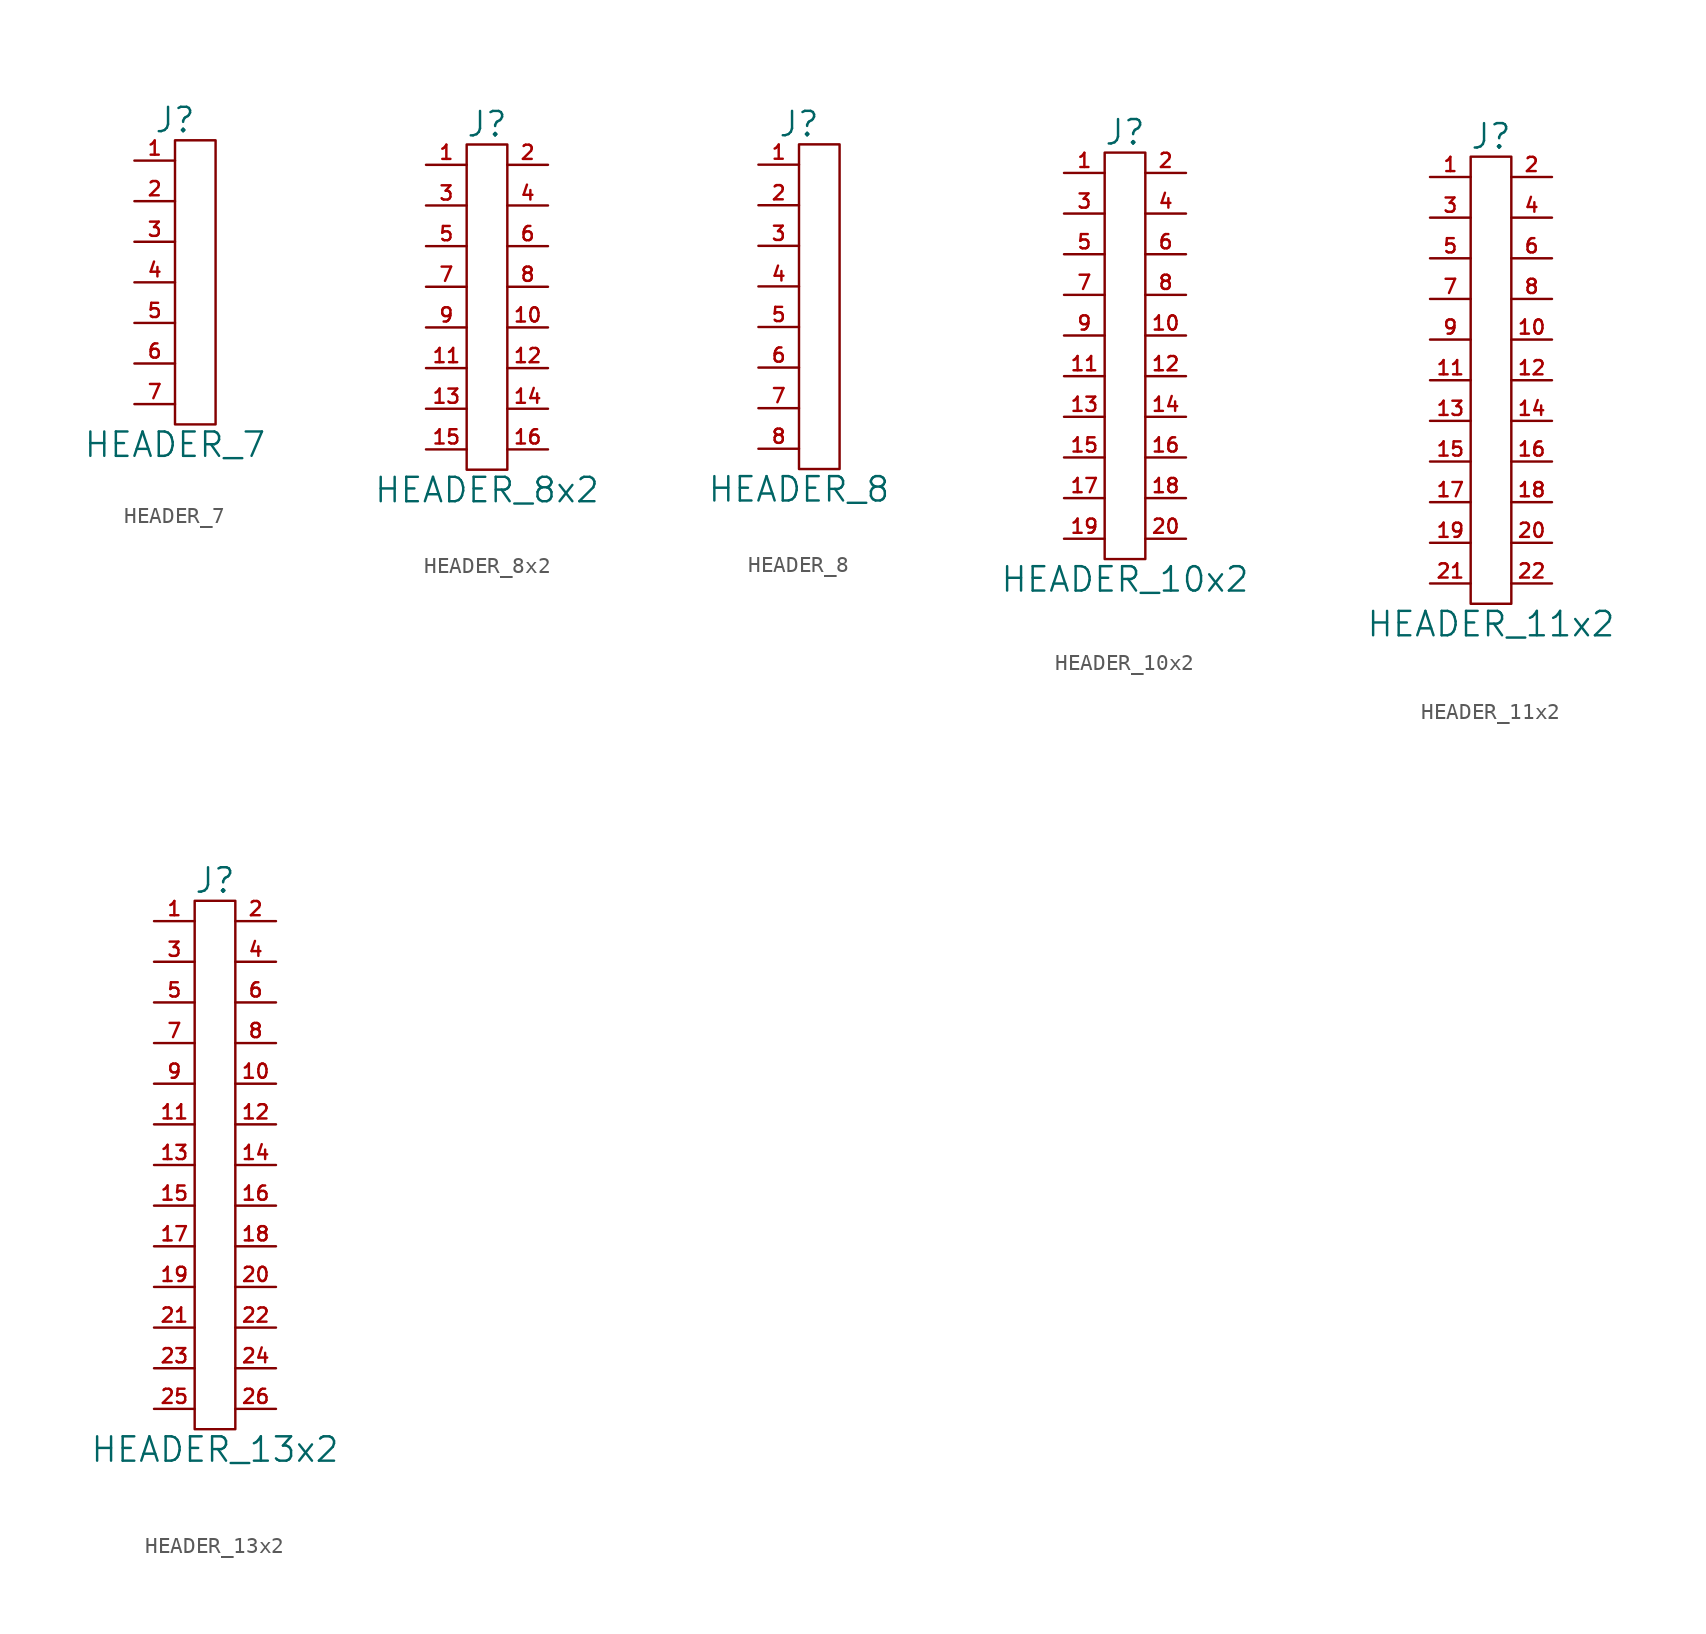
<source format=kicad_sym>
(kicad_symbol_lib
  (version 20220914)
  (generator kicad_symbol_editor)
  (symbol "HEADER_7"
    (pin_names
      (offset 0))
    (property "Reference" "J"
      (at 0 10.16 0)
      (effects (font (size 1.524 1.524))))
    (property "Value" "HEADER_7"
      (at 0 -10.16 0)
      (effects (font (size 1.524 1.524))))
    (property "Footprint" ""
      (at 0 0 0)
      (effects (font (size 1.524 1.524))))
    (property "Datasheet" ""
      (at 0 0 0)
      (effects (font (size 1.524 1.524))))
    (symbol "HEADER_7_0_1"
      (rectangle (start 2.54 8.89) (end 0 -8.89) (stroke (width 0) (type solid)) (fill (type none))))
    (symbol "HEADER_7_1_1"
      (pin passive line (at -2.54 7.62 0) (length 2.54) (name "~" (effects (font (size 1.27 1.27)))) (number "1" (effects (font (size 0.889 0.889)))))
      (pin passive line (at -2.54 5.08 0) (length 2.54) (name "~" (effects (font (size 1.27 1.27)))) (number "2" (effects (font (size 0.889 0.889)))))
      (pin passive line (at -2.54 2.54 0) (length 2.54) (name "~" (effects (font (size 1.27 1.27)))) (number "3" (effects (font (size 0.889 0.889)))))
      (pin passive line (at -2.54 0 0) (length 2.54) (name "~" (effects (font (size 1.27 1.27)))) (number "4" (effects (font (size 0.889 0.889)))))
      (pin passive line (at -2.54 -2.54 0) (length 2.54) (name "~" (effects (font (size 1.27 1.27)))) (number "5" (effects (font (size 0.889 0.889)))))
      (pin passive line (at -2.54 -5.08 0) (length 2.54) (name "~" (effects (font (size 1.27 1.27)))) (number "6" (effects (font (size 0.889 0.889)))))
      (pin passive line (at -2.54 -7.62 0) (length 2.54) (name "~" (effects (font (size 1.27 1.27)))) (number "7" (effects (font (size 0.889 0.889)))))))
  (symbol "HEADER_8x2"
    (pin_names
      (offset 0))
    (property "Reference" "J"
      (at 0 11.43 0)
      (effects (font (size 1.524 1.524))))
    (property "Value" "HEADER_8x2"
      (at 0 -11.43 0)
      (effects (font (size 1.524 1.524))))
    (property "Footprint" ""
      (at 0 0 0)
      (effects (font (size 1.524 1.524))))
    (property "Datasheet" ""
      (at 0 0 0)
      (effects (font (size 1.524 1.524))))
    (symbol "HEADER_8x2_0_1"
      (rectangle (start 1.27 10.16) (end -1.27 -10.16) (stroke (width 0) (type solid)) (fill (type none))))
    (symbol "HEADER_8x2_1_1"
      (pin passive line (at -3.81 8.89 0) (length 2.54) (name "~" (effects (font (size 1.27 1.27)))) (number "1" (effects (font (size 0.889 0.889)))))
      (pin passive line (at 3.81 -1.27 180) (length 2.54) (name "~" (effects (font (size 1.27 1.27)))) (number "10" (effects (font (size 0.889 0.889)))))
      (pin passive line (at -3.81 -3.81 0) (length 2.54) (name "~" (effects (font (size 1.27 1.27)))) (number "11" (effects (font (size 0.889 0.889)))))
      (pin passive line (at 3.81 -3.81 180) (length 2.54) (name "~" (effects (font (size 1.27 1.27)))) (number "12" (effects (font (size 0.889 0.889)))))
      (pin passive line (at -3.81 -6.35 0) (length 2.54) (name "~" (effects (font (size 1.27 1.27)))) (number "13" (effects (font (size 0.889 0.889)))))
      (pin passive line (at 3.81 -6.35 180) (length 2.54) (name "~" (effects (font (size 1.27 1.27)))) (number "14" (effects (font (size 0.889 0.889)))))
      (pin passive line (at -3.81 -8.89 0) (length 2.54) (name "~" (effects (font (size 1.27 1.27)))) (number "15" (effects (font (size 0.889 0.889)))))
      (pin passive line (at 3.81 -8.89 180) (length 2.54) (name "~" (effects (font (size 1.27 1.27)))) (number "16" (effects (font (size 0.889 0.889)))))
      (pin passive line (at 3.81 8.89 180) (length 2.54) (name "~" (effects (font (size 1.27 1.27)))) (number "2" (effects (font (size 0.889 0.889)))))
      (pin passive line (at -3.81 6.35 0) (length 2.54) (name "~" (effects (font (size 1.27 1.27)))) (number "3" (effects (font (size 0.889 0.889)))))
      (pin passive line (at 3.81 6.35 180) (length 2.54) (name "~" (effects (font (size 1.27 1.27)))) (number "4" (effects (font (size 0.889 0.889)))))
      (pin passive line (at -3.81 3.81 0) (length 2.54) (name "~" (effects (font (size 1.27 1.27)))) (number "5" (effects (font (size 0.889 0.889)))))
      (pin passive line (at 3.81 3.81 180) (length 2.54) (name "~" (effects (font (size 1.27 1.27)))) (number "6" (effects (font (size 0.889 0.889)))))
      (pin passive line (at -3.81 1.27 0) (length 2.54) (name "~" (effects (font (size 1.27 1.27)))) (number "7" (effects (font (size 0.889 0.889)))))
      (pin passive line (at 3.81 1.27 180) (length 2.54) (name "~" (effects (font (size 1.27 1.27)))) (number "8" (effects (font (size 0.889 0.889)))))
      (pin passive line (at -3.81 -1.27 0) (length 2.54) (name "~" (effects (font (size 1.27 1.27)))) (number "9" (effects (font (size 0.889 0.889)))))))
  (symbol "HEADER_8"
    (pin_names
      (offset 0))
    (property "Reference" "J"
      (at 0 11.43 0)
      (effects (font (size 1.524 1.524))))
    (property "Value" "HEADER_8"
      (at 0 -11.43 0)
      (effects (font (size 1.524 1.524))))
    (property "Footprint" ""
      (at 0 0 0)
      (effects (font (size 1.524 1.524))))
    (property "Datasheet" ""
      (at 0 0 0)
      (effects (font (size 1.524 1.524))))
    (symbol "HEADER_8_0_1"
      (rectangle (start 2.54 10.16) (end 0 -10.16) (stroke (width 0) (type solid)) (fill (type none))))
    (symbol "HEADER_8_1_1"
      (pin passive line (at -2.54 8.89 0) (length 2.54) (name "~" (effects (font (size 1.27 1.27)))) (number "1" (effects (font (size 0.889 0.889)))))
      (pin passive line (at -2.54 6.35 0) (length 2.54) (name "~" (effects (font (size 1.27 1.27)))) (number "2" (effects (font (size 0.889 0.889)))))
      (pin passive line (at -2.54 3.81 0) (length 2.54) (name "~" (effects (font (size 1.27 1.27)))) (number "3" (effects (font (size 0.889 0.889)))))
      (pin passive line (at -2.54 1.27 0) (length 2.54) (name "~" (effects (font (size 1.27 1.27)))) (number "4" (effects (font (size 0.889 0.889)))))
      (pin passive line (at -2.54 -1.27 0) (length 2.54) (name "~" (effects (font (size 1.27 1.27)))) (number "5" (effects (font (size 0.889 0.889)))))
      (pin passive line (at -2.54 -3.81 0) (length 2.54) (name "~" (effects (font (size 1.27 1.27)))) (number "6" (effects (font (size 0.889 0.889)))))
      (pin passive line (at -2.54 -6.35 0) (length 2.54) (name "~" (effects (font (size 1.27 1.27)))) (number "7" (effects (font (size 0.889 0.889)))))
      (pin passive line (at -2.54 -8.89 0) (length 2.54) (name "~" (effects (font (size 1.27 1.27)))) (number "8" (effects (font (size 0.889 0.889)))))))
  (symbol "HEADER_10x2"
    (pin_names
      (offset 0))
    (property "Reference" "J"
      (at 0 13.97 0)
      (effects (font (size 1.524 1.524))))
    (property "Value" "HEADER_10x2"
      (at 0 -13.97 0)
      (effects (font (size 1.524 1.524))))
    (property "Footprint" ""
      (at 0 0 0)
      (effects (font (size 1.524 1.524))))
    (property "Datasheet" ""
      (at 0 0 0)
      (effects (font (size 1.524 1.524))))
    (symbol "HEADER_10x2_0_1"
      (rectangle (start 1.27 12.7) (end -1.27 -12.7) (stroke (width 0) (type solid)) (fill (type none))))
    (symbol "HEADER_10x2_1_1"
      (pin passive line (at -3.81 11.43 0) (length 2.54) (name "~" (effects (font (size 1.27 1.27)))) (number "1" (effects (font (size 0.889 0.889)))))
      (pin passive line (at 3.81 1.27 180) (length 2.54) (name "~" (effects (font (size 1.27 1.27)))) (number "10" (effects (font (size 0.889 0.889)))))
      (pin passive line (at -3.81 -1.27 0) (length 2.54) (name "~" (effects (font (size 1.27 1.27)))) (number "11" (effects (font (size 0.889 0.889)))))
      (pin passive line (at 3.81 -1.27 180) (length 2.54) (name "~" (effects (font (size 1.27 1.27)))) (number "12" (effects (font (size 0.889 0.889)))))
      (pin passive line (at -3.81 -3.81 0) (length 2.54) (name "~" (effects (font (size 1.27 1.27)))) (number "13" (effects (font (size 0.889 0.889)))))
      (pin passive line (at 3.81 -3.81 180) (length 2.54) (name "~" (effects (font (size 1.27 1.27)))) (number "14" (effects (font (size 0.889 0.889)))))
      (pin passive line (at -3.81 -6.35 0) (length 2.54) (name "~" (effects (font (size 1.27 1.27)))) (number "15" (effects (font (size 0.889 0.889)))))
      (pin passive line (at 3.81 -6.35 180) (length 2.54) (name "~" (effects (font (size 1.27 1.27)))) (number "16" (effects (font (size 0.889 0.889)))))
      (pin passive line (at -3.81 -8.89 0) (length 2.54) (name "~" (effects (font (size 1.27 1.27)))) (number "17" (effects (font (size 0.889 0.889)))))
      (pin passive line (at 3.81 -8.89 180) (length 2.54) (name "~" (effects (font (size 1.27 1.27)))) (number "18" (effects (font (size 0.889 0.889)))))
      (pin passive line (at -3.81 -11.43 0) (length 2.54) (name "~" (effects (font (size 1.27 1.27)))) (number "19" (effects (font (size 0.889 0.889)))))
      (pin passive line (at 3.81 11.43 180) (length 2.54) (name "~" (effects (font (size 1.27 1.27)))) (number "2" (effects (font (size 0.889 0.889)))))
      (pin passive line (at 3.81 -11.43 180) (length 2.54) (name "~" (effects (font (size 1.27 1.27)))) (number "20" (effects (font (size 0.889 0.889)))))
      (pin passive line (at -3.81 8.89 0) (length 2.54) (name "~" (effects (font (size 1.27 1.27)))) (number "3" (effects (font (size 0.889 0.889)))))
      (pin passive line (at 3.81 8.89 180) (length 2.54) (name "~" (effects (font (size 1.27 1.27)))) (number "4" (effects (font (size 0.889 0.889)))))
      (pin passive line (at -3.81 6.35 0) (length 2.54) (name "~" (effects (font (size 1.27 1.27)))) (number "5" (effects (font (size 0.889 0.889)))))
      (pin passive line (at 3.81 6.35 180) (length 2.54) (name "~" (effects (font (size 1.27 1.27)))) (number "6" (effects (font (size 0.889 0.889)))))
      (pin passive line (at -3.81 3.81 0) (length 2.54) (name "~" (effects (font (size 1.27 1.27)))) (number "7" (effects (font (size 0.889 0.889)))))
      (pin passive line (at 3.81 3.81 180) (length 2.54) (name "~" (effects (font (size 1.27 1.27)))) (number "8" (effects (font (size 0.889 0.889)))))
      (pin passive line (at -3.81 1.27 0) (length 2.54) (name "~" (effects (font (size 1.27 1.27)))) (number "9" (effects (font (size 0.889 0.889)))))))
  (symbol "HEADER_11x2"
    (pin_names
      (offset 0))
    (property "Reference" "J"
      (at 0 15.24 0)
      (effects (font (size 1.524 1.524))))
    (property "Value" "HEADER_11x2"
      (at 0 -15.24 0)
      (effects (font (size 1.524 1.524))))
    (property "Footprint" ""
      (at 0 -2.54 0)
      (effects (font (size 1.524 1.524))))
    (property "Datasheet" ""
      (at 0 0 0)
      (effects (font (size 1.524 1.524))))
    (symbol "HEADER_11x2_0_1"
      (rectangle (start -1.27 13.97) (end 1.27 -13.97) (stroke (width 0) (type solid)) (fill (type none))))
    (symbol "HEADER_11x2_1_1"
      (pin passive line (at -3.81 12.7 0) (length 2.54) (name "~" (effects (font (size 0.889 0.889)))) (number "1" (effects (font (size 0.889 0.889)))))
      (pin passive line (at 3.81 2.54 180) (length 2.54) (name "~" (effects (font (size 1.27 1.27)))) (number "10" (effects (font (size 0.889 0.889)))))
      (pin passive line (at -3.81 0 0) (length 2.54) (name "~" (effects (font (size 1.27 1.27)))) (number "11" (effects (font (size 0.889 0.889)))))
      (pin passive line (at 3.81 0 180) (length 2.54) (name "~" (effects (font (size 1.27 1.27)))) (number "12" (effects (font (size 0.889 0.889)))))
      (pin passive line (at -3.81 -2.54 0) (length 2.54) (name "~" (effects (font (size 1.27 1.27)))) (number "13" (effects (font (size 0.889 0.889)))))
      (pin passive line (at 3.81 -2.54 180) (length 2.54) (name "~" (effects (font (size 1.27 1.27)))) (number "14" (effects (font (size 0.889 0.889)))))
      (pin passive line (at -3.81 -5.08 0) (length 2.54) (name "~" (effects (font (size 1.27 1.27)))) (number "15" (effects (font (size 0.889 0.889)))))
      (pin passive line (at 3.81 -5.08 180) (length 2.54) (name "~" (effects (font (size 1.27 1.27)))) (number "16" (effects (font (size 0.889 0.889)))))
      (pin passive line (at -3.81 -7.62 0) (length 2.54) (name "~" (effects (font (size 1.27 1.27)))) (number "17" (effects (font (size 0.889 0.889)))))
      (pin passive line (at 3.81 -7.62 180) (length 2.54) (name "~" (effects (font (size 1.27 1.27)))) (number "18" (effects (font (size 0.889 0.889)))))
      (pin passive line (at -3.81 -10.16 0) (length 2.54) (name "~" (effects (font (size 1.27 1.27)))) (number "19" (effects (font (size 0.889 0.889)))))
      (pin passive line (at 3.81 12.7 180) (length 2.54) (name "~" (effects (font (size 1.27 1.27)))) (number "2" (effects (font (size 0.889 0.889)))))
      (pin passive line (at 3.81 -10.16 180) (length 2.54) (name "~" (effects (font (size 1.27 1.27)))) (number "20" (effects (font (size 0.889 0.889)))))
      (pin passive line (at -3.81 -12.7 0) (length 2.54) (name "~" (effects (font (size 1.27 1.27)))) (number "21" (effects (font (size 0.889 0.889)))))
      (pin passive line (at 3.81 -12.7 180) (length 2.54) (name "~" (effects (font (size 1.27 1.27)))) (number "22" (effects (font (size 0.889 0.889)))))
      (pin passive line (at -3.81 10.16 0) (length 2.54) (name "~" (effects (font (size 1.27 1.27)))) (number "3" (effects (font (size 0.889 0.889)))))
      (pin passive line (at 3.81 10.16 180) (length 2.54) (name "~" (effects (font (size 1.27 1.27)))) (number "4" (effects (font (size 0.889 0.889)))))
      (pin passive line (at -3.81 7.62 0) (length 2.54) (name "~" (effects (font (size 1.27 1.27)))) (number "5" (effects (font (size 0.889 0.889)))))
      (pin passive line (at 3.81 7.62 180) (length 2.54) (name "~" (effects (font (size 1.27 1.27)))) (number "6" (effects (font (size 0.889 0.889)))))
      (pin passive line (at -3.81 5.08 0) (length 2.54) (name "~" (effects (font (size 1.27 1.27)))) (number "7" (effects (font (size 0.889 0.889)))))
      (pin passive line (at 3.81 5.08 180) (length 2.54) (name "~" (effects (font (size 1.27 1.27)))) (number "8" (effects (font (size 0.889 0.889)))))
      (pin passive line (at -3.81 2.54 0) (length 2.54) (name "~" (effects (font (size 1.27 1.27)))) (number "9" (effects (font (size 0.889 0.889)))))))
  (symbol "HEADER_13x2"
    (pin_names
      (offset 0))
    (property "Reference" "J"
      (at 0 17.78 0)
      (effects (font (size 1.524 1.524))))
    (property "Value" "HEADER_13x2"
      (at 0 -17.78 0)
      (effects (font (size 1.524 1.524))))
    (property "Footprint" ""
      (at 0 0 0)
      (effects (font (size 1.524 1.524))))
    (property "Datasheet" ""
      (at 0 0 0)
      (effects (font (size 1.524 1.524))))
    (symbol "HEADER_13x2_0_1"
      (rectangle (start 1.27 16.51) (end -1.27 -16.51) (stroke (width 0) (type solid)) (fill (type none))))
    (symbol "HEADER_13x2_1_1"
      (pin passive line (at -3.81 15.24 0) (length 2.54) (name "~" (effects (font (size 0.889 0.889)))) (number "1" (effects (font (size 0.889 0.889)))))
      (pin passive line (at 3.81 5.08 180) (length 2.54) (name "~" (effects (font (size 1.27 1.27)))) (number "10" (effects (font (size 0.889 0.889)))))
      (pin passive line (at -3.81 2.54 0) (length 2.54) (name "~" (effects (font (size 1.27 1.27)))) (number "11" (effects (font (size 0.889 0.889)))))
      (pin passive line (at 3.81 2.54 180) (length 2.54) (name "~" (effects (font (size 1.27 1.27)))) (number "12" (effects (font (size 0.889 0.889)))))
      (pin passive line (at -3.81 0 0) (length 2.54) (name "~" (effects (font (size 1.27 1.27)))) (number "13" (effects (font (size 0.889 0.889)))))
      (pin passive line (at 3.81 0 180) (length 2.54) (name "~" (effects (font (size 1.27 1.27)))) (number "14" (effects (font (size 0.889 0.889)))))
      (pin passive line (at -3.81 -2.54 0) (length 2.54) (name "~" (effects (font (size 1.27 1.27)))) (number "15" (effects (font (size 0.889 0.889)))))
      (pin passive line (at 3.81 -2.54 180) (length 2.54) (name "~" (effects (font (size 1.27 1.27)))) (number "16" (effects (font (size 0.889 0.889)))))
      (pin passive line (at -3.81 -5.08 0) (length 2.54) (name "~" (effects (font (size 1.27 1.27)))) (number "17" (effects (font (size 0.889 0.889)))))
      (pin passive line (at 3.81 -5.08 180) (length 2.54) (name "~" (effects (font (size 1.27 1.27)))) (number "18" (effects (font (size 0.889 0.889)))))
      (pin passive line (at -3.81 -7.62 0) (length 2.54) (name "~" (effects (font (size 1.27 1.27)))) (number "19" (effects (font (size 0.889 0.889)))))
      (pin passive line (at 3.81 15.24 180) (length 2.54) (name "~" (effects (font (size 1.27 1.27)))) (number "2" (effects (font (size 0.889 0.889)))))
      (pin passive line (at 3.81 -7.62 180) (length 2.54) (name "~" (effects (font (size 1.27 1.27)))) (number "20" (effects (font (size 0.889 0.889)))))
      (pin passive line (at -3.81 -10.16 0) (length 2.54) (name "~" (effects (font (size 1.27 1.27)))) (number "21" (effects (font (size 0.889 0.889)))))
      (pin passive line (at 3.81 -10.16 180) (length 2.54) (name "~" (effects (font (size 1.27 1.27)))) (number "22" (effects (font (size 0.889 0.889)))))
      (pin passive line (at -3.81 -12.7 0) (length 2.54) (name "~" (effects (font (size 1.27 1.27)))) (number "23" (effects (font (size 0.889 0.889)))))
      (pin passive line (at 3.81 -12.7 180) (length 2.54) (name "~" (effects (font (size 1.27 1.27)))) (number "24" (effects (font (size 0.889 0.889)))))
      (pin passive line (at -3.81 -15.24 0) (length 2.54) (name "~" (effects (font (size 1.27 1.27)))) (number "25" (effects (font (size 0.889 0.889)))))
      (pin passive line (at 3.81 -15.24 180) (length 2.54) (name "~" (effects (font (size 1.27 1.27)))) (number "26" (effects (font (size 0.889 0.889)))))
      (pin passive line (at -3.81 12.7 0) (length 2.54) (name "~" (effects (font (size 1.27 1.27)))) (number "3" (effects (font (size 0.889 0.889)))))
      (pin passive line (at 3.81 12.7 180) (length 2.54) (name "~" (effects (font (size 1.27 1.27)))) (number "4" (effects (font (size 0.889 0.889)))))
      (pin passive line (at -3.81 10.16 0) (length 2.54) (name "~" (effects (font (size 1.27 1.27)))) (number "5" (effects (font (size 0.889 0.889)))))
      (pin passive line (at 3.81 10.16 180) (length 2.54) (name "~" (effects (font (size 1.27 1.27)))) (number "6" (effects (font (size 0.889 0.889)))))
      (pin passive line (at -3.81 7.62 0) (length 2.54) (name "~" (effects (font (size 1.27 1.27)))) (number "7" (effects (font (size 0.889 0.889)))))
      (pin passive line (at 3.81 7.62 180) (length 2.54) (name "~" (effects (font (size 1.27 1.27)))) (number "8" (effects (font (size 0.889 0.889)))))
      (pin passive line (at -3.81 5.08 0) (length 2.54) (name "~" (effects (font (size 1.27 1.27)))) (number "9" (effects (font (size 0.889 0.889))))))))
</source>
